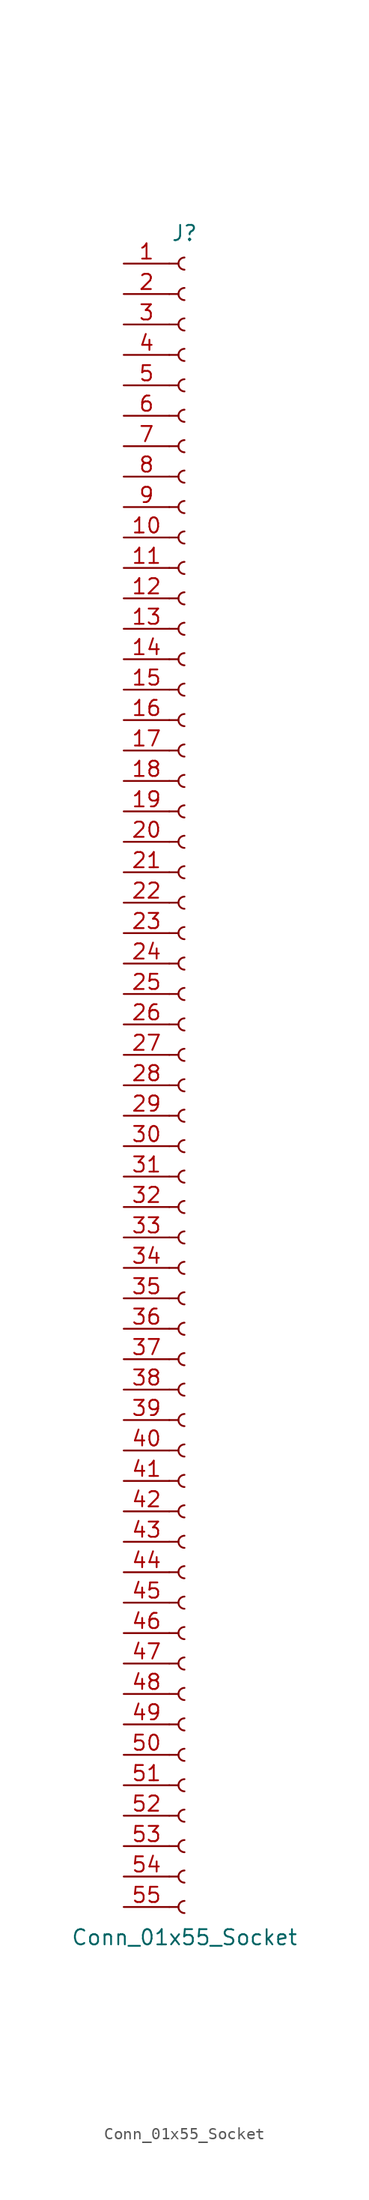
<source format=kicad_sym>
(kicad_symbol_lib
  (version 20241209)
  (generator "kicad_symbol_editor")
  (generator_version "9.0")
  (symbol "Conn_01x55_Socket"
    (pin_names
      (offset 1.016)
      (hide yes))
    (property "Reference" "J"
      (at 0 71.12 0)
      (effects (font (size 1.27 1.27))))
    (property "Value" "Conn_01x55_Socket"
      (at 0 -71.12 0)
      (effects (font (size 1.27 1.27))))
    (property "ki_locked" ""
      (at 0 0 0)
      (effects (font (size 1.27 1.27))))
    (symbol "Conn_01x55_Socket_1_1"
      (polyline (pts (xy -1.27 68.58) (xy -0.508 68.58)) (stroke (width 0.152) (type default)) (fill (type none)))
      (polyline (pts (xy -1.27 66.04) (xy -0.508 66.04)) (stroke (width 0.152) (type default)) (fill (type none)))
      (polyline (pts (xy -1.27 63.5) (xy -0.508 63.5)) (stroke (width 0.152) (type default)) (fill (type none)))
      (polyline (pts (xy -1.27 60.96) (xy -0.508 60.96)) (stroke (width 0.152) (type default)) (fill (type none)))
      (polyline (pts (xy -1.27 58.42) (xy -0.508 58.42)) (stroke (width 0.152) (type default)) (fill (type none)))
      (polyline (pts (xy -1.27 55.88) (xy -0.508 55.88)) (stroke (width 0.152) (type default)) (fill (type none)))
      (polyline (pts (xy -1.27 53.34) (xy -0.508 53.34)) (stroke (width 0.152) (type default)) (fill (type none)))
      (polyline (pts (xy -1.27 50.8) (xy -0.508 50.8)) (stroke (width 0.152) (type default)) (fill (type none)))
      (polyline (pts (xy -1.27 48.26) (xy -0.508 48.26)) (stroke (width 0.152) (type default)) (fill (type none)))
      (polyline (pts (xy -1.27 45.72) (xy -0.508 45.72)) (stroke (width 0.152) (type default)) (fill (type none)))
      (polyline (pts (xy -1.27 43.18) (xy -0.508 43.18)) (stroke (width 0.152) (type default)) (fill (type none)))
      (polyline (pts (xy -1.27 40.64) (xy -0.508 40.64)) (stroke (width 0.152) (type default)) (fill (type none)))
      (polyline (pts (xy -1.27 38.1) (xy -0.508 38.1)) (stroke (width 0.152) (type default)) (fill (type none)))
      (polyline (pts (xy -1.27 35.56) (xy -0.508 35.56)) (stroke (width 0.152) (type default)) (fill (type none)))
      (polyline (pts (xy -1.27 33.02) (xy -0.508 33.02)) (stroke (width 0.152) (type default)) (fill (type none)))
      (polyline (pts (xy -1.27 30.48) (xy -0.508 30.48)) (stroke (width 0.152) (type default)) (fill (type none)))
      (polyline (pts (xy -1.27 27.94) (xy -0.508 27.94)) (stroke (width 0.152) (type default)) (fill (type none)))
      (polyline (pts (xy -1.27 25.4) (xy -0.508 25.4)) (stroke (width 0.152) (type default)) (fill (type none)))
      (polyline (pts (xy -1.27 22.86) (xy -0.508 22.86)) (stroke (width 0.152) (type default)) (fill (type none)))
      (polyline (pts (xy -1.27 20.32) (xy -0.508 20.32)) (stroke (width 0.152) (type default)) (fill (type none)))
      (polyline (pts (xy -1.27 17.78) (xy -0.508 17.78)) (stroke (width 0.152) (type default)) (fill (type none)))
      (polyline (pts (xy -1.27 15.24) (xy -0.508 15.24)) (stroke (width 0.152) (type default)) (fill (type none)))
      (polyline (pts (xy -1.27 12.7) (xy -0.508 12.7)) (stroke (width 0.152) (type default)) (fill (type none)))
      (polyline (pts (xy -1.27 10.16) (xy -0.508 10.16)) (stroke (width 0.152) (type default)) (fill (type none)))
      (polyline (pts (xy -1.27 7.62) (xy -0.508 7.62)) (stroke (width 0.152) (type default)) (fill (type none)))
      (polyline (pts (xy -1.27 5.08) (xy -0.508 5.08)) (stroke (width 0.152) (type default)) (fill (type none)))
      (polyline (pts (xy -1.27 2.54) (xy -0.508 2.54)) (stroke (width 0.152) (type default)) (fill (type none)))
      (polyline (pts (xy -1.27 0) (xy -0.508 0)) (stroke (width 0.152) (type default)) (fill (type none)))
      (polyline (pts (xy -1.27 -2.54) (xy -0.508 -2.54)) (stroke (width 0.152) (type default)) (fill (type none)))
      (polyline (pts (xy -1.27 -5.08) (xy -0.508 -5.08)) (stroke (width 0.152) (type default)) (fill (type none)))
      (polyline (pts (xy -1.27 -7.62) (xy -0.508 -7.62)) (stroke (width 0.152) (type default)) (fill (type none)))
      (polyline (pts (xy -1.27 -10.16) (xy -0.508 -10.16)) (stroke (width 0.152) (type default)) (fill (type none)))
      (polyline (pts (xy -1.27 -12.7) (xy -0.508 -12.7)) (stroke (width 0.152) (type default)) (fill (type none)))
      (polyline (pts (xy -1.27 -15.24) (xy -0.508 -15.24)) (stroke (width 0.152) (type default)) (fill (type none)))
      (polyline (pts (xy -1.27 -17.78) (xy -0.508 -17.78)) (stroke (width 0.152) (type default)) (fill (type none)))
      (polyline (pts (xy -1.27 -20.32) (xy -0.508 -20.32)) (stroke (width 0.152) (type default)) (fill (type none)))
      (polyline (pts (xy -1.27 -22.86) (xy -0.508 -22.86)) (stroke (width 0.152) (type default)) (fill (type none)))
      (polyline (pts (xy -1.27 -25.4) (xy -0.508 -25.4)) (stroke (width 0.152) (type default)) (fill (type none)))
      (polyline (pts (xy -1.27 -27.94) (xy -0.508 -27.94)) (stroke (width 0.152) (type default)) (fill (type none)))
      (polyline (pts (xy -1.27 -30.48) (xy -0.508 -30.48)) (stroke (width 0.152) (type default)) (fill (type none)))
      (polyline (pts (xy -1.27 -33.02) (xy -0.508 -33.02)) (stroke (width 0.152) (type default)) (fill (type none)))
      (polyline (pts (xy -1.27 -35.56) (xy -0.508 -35.56)) (stroke (width 0.152) (type default)) (fill (type none)))
      (polyline (pts (xy -1.27 -38.1) (xy -0.508 -38.1)) (stroke (width 0.152) (type default)) (fill (type none)))
      (polyline (pts (xy -1.27 -40.64) (xy -0.508 -40.64)) (stroke (width 0.152) (type default)) (fill (type none)))
      (polyline (pts (xy -1.27 -43.18) (xy -0.508 -43.18)) (stroke (width 0.152) (type default)) (fill (type none)))
      (polyline (pts (xy -1.27 -45.72) (xy -0.508 -45.72)) (stroke (width 0.152) (type default)) (fill (type none)))
      (polyline (pts (xy -1.27 -48.26) (xy -0.508 -48.26)) (stroke (width 0.152) (type default)) (fill (type none)))
      (polyline (pts (xy -1.27 -50.8) (xy -0.508 -50.8)) (stroke (width 0.152) (type default)) (fill (type none)))
      (polyline (pts (xy -1.27 -53.34) (xy -0.508 -53.34)) (stroke (width 0.152) (type default)) (fill (type none)))
      (polyline (pts (xy -1.27 -55.88) (xy -0.508 -55.88)) (stroke (width 0.152) (type default)) (fill (type none)))
      (polyline (pts (xy -1.27 -58.42) (xy -0.508 -58.42)) (stroke (width 0.152) (type default)) (fill (type none)))
      (polyline (pts (xy -1.27 -60.96) (xy -0.508 -60.96)) (stroke (width 0.152) (type default)) (fill (type none)))
      (polyline (pts (xy -1.27 -63.5) (xy -0.508 -63.5)) (stroke (width 0.152) (type default)) (fill (type none)))
      (polyline (pts (xy -1.27 -66.04) (xy -0.508 -66.04)) (stroke (width 0.152) (type default)) (fill (type none)))
      (polyline (pts (xy -1.27 -68.58) (xy -0.508 -68.58)) (stroke (width 0.152) (type default)) (fill (type none)))
      (arc (start 0 68.072) (mid -0.5058 68.58) (end 0 69.088) (stroke (width 0.1524) (type default)) (fill (type none)))
      (arc (start 0 65.532) (mid -0.5058 66.04) (end 0 66.548) (stroke (width 0.1524) (type default)) (fill (type none)))
      (arc (start 0 62.992) (mid -0.5058 63.5) (end 0 64.008) (stroke (width 0.1524) (type default)) (fill (type none)))
      (arc (start 0 60.452) (mid -0.5058 60.96) (end 0 61.468) (stroke (width 0.1524) (type default)) (fill (type none)))
      (arc (start 0 57.912) (mid -0.5058 58.42) (end 0 58.928) (stroke (width 0.1524) (type default)) (fill (type none)))
      (arc (start 0 55.372) (mid -0.5058 55.88) (end 0 56.388) (stroke (width 0.1524) (type default)) (fill (type none)))
      (arc (start 0 52.832) (mid -0.5058 53.34) (end 0 53.848) (stroke (width 0.1524) (type default)) (fill (type none)))
      (arc (start 0 50.292) (mid -0.5058 50.8) (end 0 51.308) (stroke (width 0.1524) (type default)) (fill (type none)))
      (arc (start 0 47.752) (mid -0.5058 48.26) (end 0 48.768) (stroke (width 0.1524) (type default)) (fill (type none)))
      (arc (start 0 45.212) (mid -0.5058 45.72) (end 0 46.228) (stroke (width 0.1524) (type default)) (fill (type none)))
      (arc (start 0 42.672) (mid -0.5058 43.18) (end 0 43.688) (stroke (width 0.1524) (type default)) (fill (type none)))
      (arc (start 0 40.132) (mid -0.5058 40.64) (end 0 41.148) (stroke (width 0.1524) (type default)) (fill (type none)))
      (arc (start 0 37.592) (mid -0.5058 38.1) (end 0 38.608) (stroke (width 0.1524) (type default)) (fill (type none)))
      (arc (start 0 35.052) (mid -0.5058 35.56) (end 0 36.068) (stroke (width 0.1524) (type default)) (fill (type none)))
      (arc (start 0 32.512) (mid -0.5058 33.02) (end 0 33.528) (stroke (width 0.1524) (type default)) (fill (type none)))
      (arc (start 0 29.972) (mid -0.5058 30.48) (end 0 30.988) (stroke (width 0.1524) (type default)) (fill (type none)))
      (arc (start 0 27.432) (mid -0.5058 27.94) (end 0 28.448) (stroke (width 0.1524) (type default)) (fill (type none)))
      (arc (start 0 24.892) (mid -0.5058 25.4) (end 0 25.908) (stroke (width 0.1524) (type default)) (fill (type none)))
      (arc (start 0 22.352) (mid -0.5058 22.86) (end 0 23.368) (stroke (width 0.1524) (type default)) (fill (type none)))
      (arc (start 0 19.812) (mid -0.5058 20.32) (end 0 20.828) (stroke (width 0.1524) (type default)) (fill (type none)))
      (arc (start 0 17.272) (mid -0.5058 17.78) (end 0 18.288) (stroke (width 0.1524) (type default)) (fill (type none)))
      (arc (start 0 14.732) (mid -0.5058 15.24) (end 0 15.748) (stroke (width 0.1524) (type default)) (fill (type none)))
      (arc (start 0 12.192) (mid -0.5058 12.7) (end 0 13.208) (stroke (width 0.1524) (type default)) (fill (type none)))
      (arc (start 0 9.652) (mid -0.5058 10.16) (end 0 10.668) (stroke (width 0.1524) (type default)) (fill (type none)))
      (arc (start 0 7.112) (mid -0.5058 7.62) (end 0 8.128) (stroke (width 0.1524) (type default)) (fill (type none)))
      (arc (start 0 4.572) (mid -0.5058 5.08) (end 0 5.588) (stroke (width 0.1524) (type default)) (fill (type none)))
      (arc (start 0 2.032) (mid -0.5058 2.54) (end 0 3.048) (stroke (width 0.1524) (type default)) (fill (type none)))
      (arc (start 0 -0.508) (mid -0.5058 0) (end 0 0.508) (stroke (width 0.1524) (type default)) (fill (type none)))
      (arc (start 0 -3.048) (mid -0.5058 -2.54) (end 0 -2.032) (stroke (width 0.1524) (type default)) (fill (type none)))
      (arc (start 0 -5.588) (mid -0.5058 -5.08) (end 0 -4.572) (stroke (width 0.1524) (type default)) (fill (type none)))
      (arc (start 0 -8.128) (mid -0.5058 -7.62) (end 0 -7.112) (stroke (width 0.1524) (type default)) (fill (type none)))
      (arc (start 0 -10.668) (mid -0.5058 -10.16) (end 0 -9.652) (stroke (width 0.1524) (type default)) (fill (type none)))
      (arc (start 0 -13.208) (mid -0.5058 -12.7) (end 0 -12.192) (stroke (width 0.1524) (type default)) (fill (type none)))
      (arc (start 0 -15.748) (mid -0.5058 -15.24) (end 0 -14.732) (stroke (width 0.1524) (type default)) (fill (type none)))
      (arc (start 0 -18.288) (mid -0.5058 -17.78) (end 0 -17.272) (stroke (width 0.1524) (type default)) (fill (type none)))
      (arc (start 0 -20.828) (mid -0.5058 -20.32) (end 0 -19.812) (stroke (width 0.1524) (type default)) (fill (type none)))
      (arc (start 0 -23.368) (mid -0.5058 -22.86) (end 0 -22.352) (stroke (width 0.1524) (type default)) (fill (type none)))
      (arc (start 0 -25.908) (mid -0.5058 -25.4) (end 0 -24.892) (stroke (width 0.1524) (type default)) (fill (type none)))
      (arc (start 0 -28.448) (mid -0.5058 -27.94) (end 0 -27.432) (stroke (width 0.1524) (type default)) (fill (type none)))
      (arc (start 0 -30.988) (mid -0.5058 -30.48) (end 0 -29.972) (stroke (width 0.1524) (type default)) (fill (type none)))
      (arc (start 0 -33.528) (mid -0.5058 -33.02) (end 0 -32.512) (stroke (width 0.1524) (type default)) (fill (type none)))
      (arc (start 0 -36.068) (mid -0.5058 -35.56) (end 0 -35.052) (stroke (width 0.1524) (type default)) (fill (type none)))
      (arc (start 0 -38.608) (mid -0.5058 -38.1) (end 0 -37.592) (stroke (width 0.1524) (type default)) (fill (type none)))
      (arc (start 0 -41.148) (mid -0.5058 -40.64) (end 0 -40.132) (stroke (width 0.1524) (type default)) (fill (type none)))
      (arc (start 0 -43.688) (mid -0.5058 -43.18) (end 0 -42.672) (stroke (width 0.1524) (type default)) (fill (type none)))
      (arc (start 0 -46.228) (mid -0.5058 -45.72) (end 0 -45.212) (stroke (width 0.1524) (type default)) (fill (type none)))
      (arc (start 0 -48.768) (mid -0.5058 -48.26) (end 0 -47.752) (stroke (width 0.1524) (type default)) (fill (type none)))
      (arc (start 0 -51.308) (mid -0.5058 -50.8) (end 0 -50.292) (stroke (width 0.1524) (type default)) (fill (type none)))
      (arc (start 0 -53.848) (mid -0.5058 -53.34) (end 0 -52.832) (stroke (width 0.1524) (type default)) (fill (type none)))
      (arc (start 0 -56.388) (mid -0.5058 -55.88) (end 0 -55.372) (stroke (width 0.1524) (type default)) (fill (type none)))
      (arc (start 0 -58.928) (mid -0.5058 -58.42) (end 0 -57.912) (stroke (width 0.1524) (type default)) (fill (type none)))
      (arc (start 0 -61.468) (mid -0.5058 -60.96) (end 0 -60.452) (stroke (width 0.1524) (type default)) (fill (type none)))
      (arc (start 0 -64.008) (mid -0.5058 -63.5) (end 0 -62.992) (stroke (width 0.1524) (type default)) (fill (type none)))
      (arc (start 0 -66.548) (mid -0.5058 -66.04) (end 0 -65.532) (stroke (width 0.1524) (type default)) (fill (type none)))
      (arc (start 0 -69.088) (mid -0.5058 -68.58) (end 0 -68.072) (stroke (width 0.1524) (type default)) (fill (type none)))
      (pin passive line (at -5.08 68.58 0) (length 3.81) (name "Pin_1" (effects (font (size 1.27 1.27)))) (number "1" (effects (font (size 1.27 1.27)))))
      (pin passive line (at -5.08 66.04 0) (length 3.81) (name "Pin_2" (effects (font (size 1.27 1.27)))) (number "2" (effects (font (size 1.27 1.27)))))
      (pin passive line (at -5.08 63.5 0) (length 3.81) (name "Pin_3" (effects (font (size 1.27 1.27)))) (number "3" (effects (font (size 1.27 1.27)))))
      (pin passive line (at -5.08 60.96 0) (length 3.81) (name "Pin_4" (effects (font (size 1.27 1.27)))) (number "4" (effects (font (size 1.27 1.27)))))
      (pin passive line (at -5.08 58.42 0) (length 3.81) (name "Pin_5" (effects (font (size 1.27 1.27)))) (number "5" (effects (font (size 1.27 1.27)))))
      (pin passive line (at -5.08 55.88 0) (length 3.81) (name "Pin_6" (effects (font (size 1.27 1.27)))) (number "6" (effects (font (size 1.27 1.27)))))
      (pin passive line (at -5.08 53.34 0) (length 3.81) (name "Pin_7" (effects (font (size 1.27 1.27)))) (number "7" (effects (font (size 1.27 1.27)))))
      (pin passive line (at -5.08 50.8 0) (length 3.81) (name "Pin_8" (effects (font (size 1.27 1.27)))) (number "8" (effects (font (size 1.27 1.27)))))
      (pin passive line (at -5.08 48.26 0) (length 3.81) (name "Pin_9" (effects (font (size 1.27 1.27)))) (number "9" (effects (font (size 1.27 1.27)))))
      (pin passive line (at -5.08 45.72 0) (length 3.81) (name "Pin_10" (effects (font (size 1.27 1.27)))) (number "10" (effects (font (size 1.27 1.27)))))
      (pin passive line (at -5.08 43.18 0) (length 3.81) (name "Pin_11" (effects (font (size 1.27 1.27)))) (number "11" (effects (font (size 1.27 1.27)))))
      (pin passive line (at -5.08 40.64 0) (length 3.81) (name "Pin_12" (effects (font (size 1.27 1.27)))) (number "12" (effects (font (size 1.27 1.27)))))
      (pin passive line (at -5.08 38.1 0) (length 3.81) (name "Pin_13" (effects (font (size 1.27 1.27)))) (number "13" (effects (font (size 1.27 1.27)))))
      (pin passive line (at -5.08 35.56 0) (length 3.81) (name "Pin_14" (effects (font (size 1.27 1.27)))) (number "14" (effects (font (size 1.27 1.27)))))
      (pin passive line (at -5.08 33.02 0) (length 3.81) (name "Pin_15" (effects (font (size 1.27 1.27)))) (number "15" (effects (font (size 1.27 1.27)))))
      (pin passive line (at -5.08 30.48 0) (length 3.81) (name "Pin_16" (effects (font (size 1.27 1.27)))) (number "16" (effects (font (size 1.27 1.27)))))
      (pin passive line (at -5.08 27.94 0) (length 3.81) (name "Pin_17" (effects (font (size 1.27 1.27)))) (number "17" (effects (font (size 1.27 1.27)))))
      (pin passive line (at -5.08 25.4 0) (length 3.81) (name "Pin_18" (effects (font (size 1.27 1.27)))) (number "18" (effects (font (size 1.27 1.27)))))
      (pin passive line (at -5.08 22.86 0) (length 3.81) (name "Pin_19" (effects (font (size 1.27 1.27)))) (number "19" (effects (font (size 1.27 1.27)))))
      (pin passive line (at -5.08 20.32 0) (length 3.81) (name "Pin_20" (effects (font (size 1.27 1.27)))) (number "20" (effects (font (size 1.27 1.27)))))
      (pin passive line (at -5.08 17.78 0) (length 3.81) (name "Pin_21" (effects (font (size 1.27 1.27)))) (number "21" (effects (font (size 1.27 1.27)))))
      (pin passive line (at -5.08 15.24 0) (length 3.81) (name "Pin_22" (effects (font (size 1.27 1.27)))) (number "22" (effects (font (size 1.27 1.27)))))
      (pin passive line (at -5.08 12.7 0) (length 3.81) (name "Pin_23" (effects (font (size 1.27 1.27)))) (number "23" (effects (font (size 1.27 1.27)))))
      (pin passive line (at -5.08 10.16 0) (length 3.81) (name "Pin_24" (effects (font (size 1.27 1.27)))) (number "24" (effects (font (size 1.27 1.27)))))
      (pin passive line (at -5.08 7.62 0) (length 3.81) (name "Pin_25" (effects (font (size 1.27 1.27)))) (number "25" (effects (font (size 1.27 1.27)))))
      (pin passive line (at -5.08 5.08 0) (length 3.81) (name "Pin_26" (effects (font (size 1.27 1.27)))) (number "26" (effects (font (size 1.27 1.27)))))
      (pin passive line (at -5.08 2.54 0) (length 3.81) (name "Pin_27" (effects (font (size 1.27 1.27)))) (number "27" (effects (font (size 1.27 1.27)))))
      (pin passive line (at -5.08 0 0) (length 3.81) (name "Pin_28" (effects (font (size 1.27 1.27)))) (number "28" (effects (font (size 1.27 1.27)))))
      (pin passive line (at -5.08 -2.54 0) (length 3.81) (name "Pin_29" (effects (font (size 1.27 1.27)))) (number "29" (effects (font (size 1.27 1.27)))))
      (pin passive line (at -5.08 -5.08 0) (length 3.81) (name "Pin_30" (effects (font (size 1.27 1.27)))) (number "30" (effects (font (size 1.27 1.27)))))
      (pin passive line (at -5.08 -7.62 0) (length 3.81) (name "Pin_31" (effects (font (size 1.27 1.27)))) (number "31" (effects (font (size 1.27 1.27)))))
      (pin passive line (at -5.08 -10.16 0) (length 3.81) (name "Pin_32" (effects (font (size 1.27 1.27)))) (number "32" (effects (font (size 1.27 1.27)))))
      (pin passive line (at -5.08 -12.7 0) (length 3.81) (name "Pin_33" (effects (font (size 1.27 1.27)))) (number "33" (effects (font (size 1.27 1.27)))))
      (pin passive line (at -5.08 -15.24 0) (length 3.81) (name "Pin_34" (effects (font (size 1.27 1.27)))) (number "34" (effects (font (size 1.27 1.27)))))
      (pin passive line (at -5.08 -17.78 0) (length 3.81) (name "Pin_35" (effects (font (size 1.27 1.27)))) (number "35" (effects (font (size 1.27 1.27)))))
      (pin passive line (at -5.08 -20.32 0) (length 3.81) (name "Pin_36" (effects (font (size 1.27 1.27)))) (number "36" (effects (font (size 1.27 1.27)))))
      (pin passive line (at -5.08 -22.86 0) (length 3.81) (name "Pin_37" (effects (font (size 1.27 1.27)))) (number "37" (effects (font (size 1.27 1.27)))))
      (pin passive line (at -5.08 -25.4 0) (length 3.81) (name "Pin_38" (effects (font (size 1.27 1.27)))) (number "38" (effects (font (size 1.27 1.27)))))
      (pin passive line (at -5.08 -27.94 0) (length 3.81) (name "Pin_39" (effects (font (size 1.27 1.27)))) (number "39" (effects (font (size 1.27 1.27)))))
      (pin passive line (at -5.08 -30.48 0) (length 3.81) (name "Pin_40" (effects (font (size 1.27 1.27)))) (number "40" (effects (font (size 1.27 1.27)))))
      (pin passive line (at -5.08 -33.02 0) (length 3.81) (name "Pin_41" (effects (font (size 1.27 1.27)))) (number "41" (effects (font (size 1.27 1.27)))))
      (pin passive line (at -5.08 -35.56 0) (length 3.81) (name "Pin_42" (effects (font (size 1.27 1.27)))) (number "42" (effects (font (size 1.27 1.27)))))
      (pin passive line (at -5.08 -38.1 0) (length 3.81) (name "Pin_43" (effects (font (size 1.27 1.27)))) (number "43" (effects (font (size 1.27 1.27)))))
      (pin passive line (at -5.08 -40.64 0) (length 3.81) (name "Pin_44" (effects (font (size 1.27 1.27)))) (number "44" (effects (font (size 1.27 1.27)))))
      (pin passive line (at -5.08 -43.18 0) (length 3.81) (name "Pin_45" (effects (font (size 1.27 1.27)))) (number "45" (effects (font (size 1.27 1.27)))))
      (pin passive line (at -5.08 -45.72 0) (length 3.81) (name "Pin_46" (effects (font (size 1.27 1.27)))) (number "46" (effects (font (size 1.27 1.27)))))
      (pin passive line (at -5.08 -48.26 0) (length 3.81) (name "Pin_47" (effects (font (size 1.27 1.27)))) (number "47" (effects (font (size 1.27 1.27)))))
      (pin passive line (at -5.08 -50.8 0) (length 3.81) (name "Pin_48" (effects (font (size 1.27 1.27)))) (number "48" (effects (font (size 1.27 1.27)))))
      (pin passive line (at -5.08 -53.34 0) (length 3.81) (name "Pin_49" (effects (font (size 1.27 1.27)))) (number "49" (effects (font (size 1.27 1.27)))))
      (pin passive line (at -5.08 -55.88 0) (length 3.81) (name "Pin_50" (effects (font (size 1.27 1.27)))) (number "50" (effects (font (size 1.27 1.27)))))
      (pin passive line (at -5.08 -58.42 0) (length 3.81) (name "Pin_51" (effects (font (size 1.27 1.27)))) (number "51" (effects (font (size 1.27 1.27)))))
      (pin passive line (at -5.08 -60.96 0) (length 3.81) (name "Pin_52" (effects (font (size 1.27 1.27)))) (number "52" (effects (font (size 1.27 1.27)))))
      (pin passive line (at -5.08 -63.5 0) (length 3.81) (name "Pin_53" (effects (font (size 1.27 1.27)))) (number "53" (effects (font (size 1.27 1.27)))))
      (pin passive line (at -5.08 -66.04 0) (length 3.81) (name "Pin_54" (effects (font (size 1.27 1.27)))) (number "54" (effects (font (size 1.27 1.27)))))
      (pin passive line (at -5.08 -68.58 0) (length 3.81) (name "Pin_55" (effects (font (size 1.27 1.27)))) (number "55" (effects (font (size 1.27 1.27))))))))
</source>
